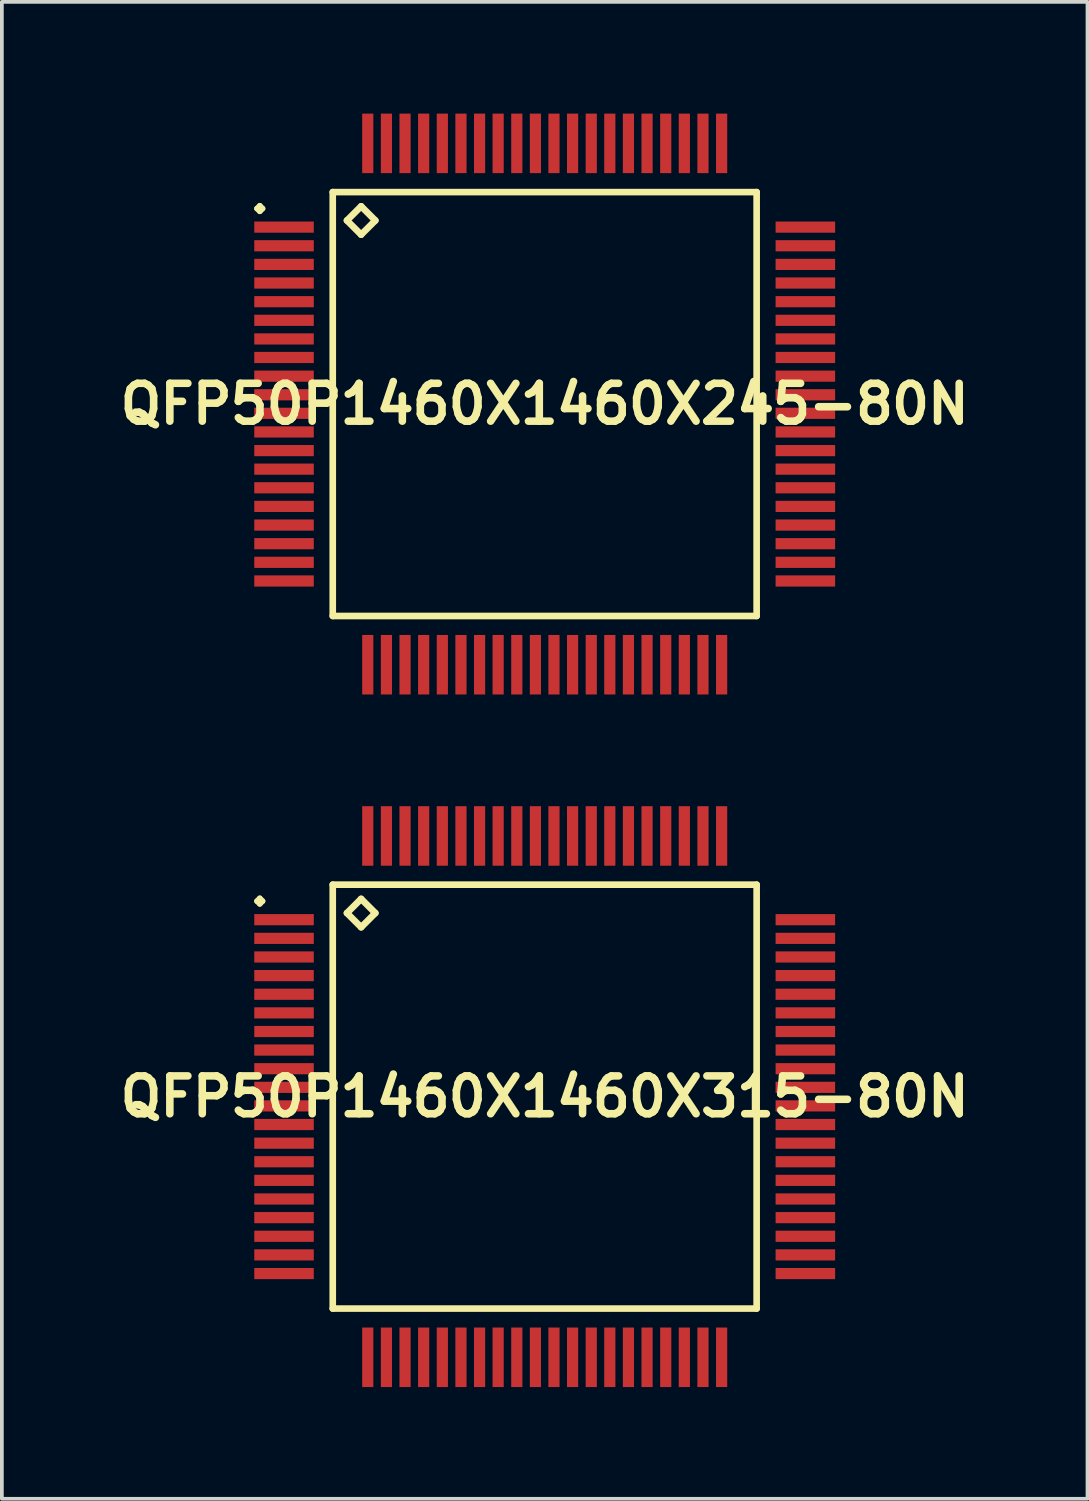
<source format=kicad_pcb>
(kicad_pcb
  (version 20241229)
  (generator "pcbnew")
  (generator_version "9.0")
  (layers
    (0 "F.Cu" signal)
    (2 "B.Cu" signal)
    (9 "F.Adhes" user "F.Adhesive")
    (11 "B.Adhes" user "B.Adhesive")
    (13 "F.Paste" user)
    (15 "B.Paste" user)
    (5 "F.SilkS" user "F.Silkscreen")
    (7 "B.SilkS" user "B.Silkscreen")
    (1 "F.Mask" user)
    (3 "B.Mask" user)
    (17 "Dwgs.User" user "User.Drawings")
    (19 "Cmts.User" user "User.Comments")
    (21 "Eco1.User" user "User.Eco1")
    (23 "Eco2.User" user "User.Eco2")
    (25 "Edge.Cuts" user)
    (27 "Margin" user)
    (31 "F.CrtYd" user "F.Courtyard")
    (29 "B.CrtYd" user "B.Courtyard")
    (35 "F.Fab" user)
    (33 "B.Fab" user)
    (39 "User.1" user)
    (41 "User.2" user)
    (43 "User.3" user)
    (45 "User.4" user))
  (footprint "QFP50P1460X1460X315-80N"
    (layer "F.Cu")
    (at 11.573 26.39)
    (property "Reference" "QFP50P1460X1460X315-80N" (at 0 0 0) (layer "F.SilkS") (effects (font (size 1.016 1.016) (thickness 0.203))))
    (attr smd)
    (fp_line (start -7.724 -5.248) (end -7.648 -5.324) (stroke (width 0.15) (type solid)) (layer "F.SilkS"))
    (fp_line (start -7.648 -5.324) (end -7.574 -5.248) (stroke (width 0.15) (type solid)) (layer "F.SilkS"))
    (fp_line (start -7.648 -5.174) (end -7.724 -5.248) (stroke (width 0.15) (type solid)) (layer "F.SilkS"))
    (fp_line (start -7.574 -5.248) (end -7.648 -5.174) (stroke (width 0.15) (type solid)) (layer "F.SilkS"))
    (fp_line (start -5.69 -5.69) (end -5.69 5.69) (stroke (width 0.178) (type solid)) (layer "F.SilkS"))
    (fp_line (start -5.69 5.69) (end 5.69 5.69) (stroke (width 0.178) (type solid)) (layer "F.SilkS"))
    (fp_line (start -5.309 -4.928) (end -4.928 -5.309) (stroke (width 0.178) (type solid)) (layer "F.SilkS"))
    (fp_line (start -4.928 -5.309) (end -4.547 -4.928) (stroke (width 0.178) (type solid)) (layer "F.SilkS"))
    (fp_line (start -4.928 -4.547) (end -5.309 -4.928) (stroke (width 0.178) (type solid)) (layer "F.SilkS"))
    (fp_line (start -4.547 -4.928) (end -4.928 -4.547) (stroke (width 0.178) (type solid)) (layer "F.SilkS"))
    (fp_line (start 5.69 -5.69) (end -5.69 -5.69) (stroke (width 0.178) (type solid)) (layer "F.SilkS"))
    (fp_line (start 5.69 5.69) (end 5.69 -5.69) (stroke (width 0.178) (type solid)) (layer "F.SilkS"))
    (pad "1" smd rect (at -6.998 -4.75) (size 1.598 0.3) (layers "F.Cu" "F.Mask" "F.Paste"))
    (pad "2" smd rect (at -6.998 -4.249) (size 1.598 0.3) (layers "F.Cu" "F.Mask" "F.Paste"))
    (pad "3" smd rect (at -6.998 -3.749) (size 1.598 0.3) (layers "F.Cu" "F.Mask" "F.Paste"))
    (pad "4" smd rect (at -6.998 -3.249) (size 1.598 0.3) (layers "F.Cu" "F.Mask" "F.Paste"))
    (pad "5" smd rect (at -6.998 -2.748) (size 1.598 0.3) (layers "F.Cu" "F.Mask" "F.Paste"))
    (pad "6" smd rect (at -6.998 -2.248) (size 1.598 0.3) (layers "F.Cu" "F.Mask" "F.Paste"))
    (pad "7" smd rect (at -6.998 -1.748) (size 1.598 0.3) (layers "F.Cu" "F.Mask" "F.Paste"))
    (pad "8" smd rect (at -6.998 -1.25) (size 1.598 0.3) (layers "F.Cu" "F.Mask" "F.Paste"))
    (pad "9" smd rect (at -6.998 -0.749) (size 1.598 0.3) (layers "F.Cu" "F.Mask" "F.Paste"))
    (pad "10" smd rect (at -6.998 -0.249) (size 1.598 0.3) (layers "F.Cu" "F.Mask" "F.Paste"))
    (pad "11" smd rect (at -6.998 0.249) (size 1.598 0.3) (layers "F.Cu" "F.Mask" "F.Paste"))
    (pad "12" smd rect (at -6.998 0.749) (size 1.598 0.3) (layers "F.Cu" "F.Mask" "F.Paste"))
    (pad "13" smd rect (at -6.998 1.25) (size 1.598 0.3) (layers "F.Cu" "F.Mask" "F.Paste"))
    (pad "14" smd rect (at -6.998 1.748) (size 1.598 0.3) (layers "F.Cu" "F.Mask" "F.Paste"))
    (pad "15" smd rect (at -6.998 2.248) (size 1.598 0.3) (layers "F.Cu" "F.Mask" "F.Paste"))
    (pad "16" smd rect (at -6.998 2.748) (size 1.598 0.3) (layers "F.Cu" "F.Mask" "F.Paste"))
    (pad "17" smd rect (at -6.998 3.249) (size 1.598 0.3) (layers "F.Cu" "F.Mask" "F.Paste"))
    (pad "18" smd rect (at -6.998 3.749) (size 1.598 0.3) (layers "F.Cu" "F.Mask" "F.Paste"))
    (pad "19" smd rect (at -6.998 4.249) (size 1.598 0.3) (layers "F.Cu" "F.Mask" "F.Paste"))
    (pad "20" smd rect (at -6.998 4.75) (size 1.598 0.3) (layers "F.Cu" "F.Mask" "F.Paste"))
    (pad "21" smd rect (at -4.75 6.998) (size 0.3 1.598) (layers "F.Cu" "F.Mask" "F.Paste"))
    (pad "22" smd rect (at -4.249 6.998) (size 0.3 1.598) (layers "F.Cu" "F.Mask" "F.Paste"))
    (pad "23" smd rect (at -3.749 6.998) (size 0.3 1.598) (layers "F.Cu" "F.Mask" "F.Paste"))
    (pad "24" smd rect (at -3.249 6.998) (size 0.3 1.598) (layers "F.Cu" "F.Mask" "F.Paste"))
    (pad "25" smd rect (at -2.748 6.998) (size 0.3 1.598) (layers "F.Cu" "F.Mask" "F.Paste"))
    (pad "26" smd rect (at -2.248 6.998) (size 0.3 1.598) (layers "F.Cu" "F.Mask" "F.Paste"))
    (pad "27" smd rect (at -1.748 6.998) (size 0.3 1.598) (layers "F.Cu" "F.Mask" "F.Paste"))
    (pad "28" smd rect (at -1.25 6.998) (size 0.3 1.598) (layers "F.Cu" "F.Mask" "F.Paste"))
    (pad "29" smd rect (at -0.749 6.998) (size 0.3 1.598) (layers "F.Cu" "F.Mask" "F.Paste"))
    (pad "30" smd rect (at -0.249 6.998) (size 0.3 1.598) (layers "F.Cu" "F.Mask" "F.Paste"))
    (pad "31" smd rect (at 0.249 6.998) (size 0.3 1.598) (layers "F.Cu" "F.Mask" "F.Paste"))
    (pad "32" smd rect (at 0.749 6.998) (size 0.3 1.598) (layers "F.Cu" "F.Mask" "F.Paste"))
    (pad "33" smd rect (at 1.25 6.998) (size 0.3 1.598) (layers "F.Cu" "F.Mask" "F.Paste"))
    (pad "34" smd rect (at 1.748 6.998) (size 0.3 1.598) (layers "F.Cu" "F.Mask" "F.Paste"))
    (pad "35" smd rect (at 2.248 6.998) (size 0.3 1.598) (layers "F.Cu" "F.Mask" "F.Paste"))
    (pad "36" smd rect (at 2.748 6.998) (size 0.3 1.598) (layers "F.Cu" "F.Mask" "F.Paste"))
    (pad "37" smd rect (at 3.249 6.998) (size 0.3 1.598) (layers "F.Cu" "F.Mask" "F.Paste"))
    (pad "38" smd rect (at 3.749 6.998) (size 0.3 1.598) (layers "F.Cu" "F.Mask" "F.Paste"))
    (pad "39" smd rect (at 4.249 6.998) (size 0.3 1.598) (layers "F.Cu" "F.Mask" "F.Paste"))
    (pad "40" smd rect (at 4.75 6.998) (size 0.3 1.598) (layers "F.Cu" "F.Mask" "F.Paste"))
    (pad "41" smd rect (at 6.998 4.75) (size 1.598 0.3) (layers "F.Cu" "F.Mask" "F.Paste"))
    (pad "42" smd rect (at 6.998 4.249) (size 1.598 0.3) (layers "F.Cu" "F.Mask" "F.Paste"))
    (pad "43" smd rect (at 6.998 3.749) (size 1.598 0.3) (layers "F.Cu" "F.Mask" "F.Paste"))
    (pad "44" smd rect (at 6.998 3.249) (size 1.598 0.3) (layers "F.Cu" "F.Mask" "F.Paste"))
    (pad "45" smd rect (at 6.998 2.748) (size 1.598 0.3) (layers "F.Cu" "F.Mask" "F.Paste"))
    (pad "46" smd rect (at 6.998 2.248) (size 1.598 0.3) (layers "F.Cu" "F.Mask" "F.Paste"))
    (pad "47" smd rect (at 6.998 1.748) (size 1.598 0.3) (layers "F.Cu" "F.Mask" "F.Paste"))
    (pad "48" smd rect (at 6.998 1.25) (size 1.598 0.3) (layers "F.Cu" "F.Mask" "F.Paste"))
    (pad "49" smd rect (at 6.998 0.749) (size 1.598 0.3) (layers "F.Cu" "F.Mask" "F.Paste"))
    (pad "50" smd rect (at 6.998 0.249) (size 1.598 0.3) (layers "F.Cu" "F.Mask" "F.Paste"))
    (pad "51" smd rect (at 6.998 -0.249) (size 1.598 0.3) (layers "F.Cu" "F.Mask" "F.Paste"))
    (pad "52" smd rect (at 6.998 -0.749) (size 1.598 0.3) (layers "F.Cu" "F.Mask" "F.Paste"))
    (pad "53" smd rect (at 6.998 -1.25) (size 1.598 0.3) (layers "F.Cu" "F.Mask" "F.Paste"))
    (pad "54" smd rect (at 6.998 -1.748) (size 1.598 0.3) (layers "F.Cu" "F.Mask" "F.Paste"))
    (pad "55" smd rect (at 6.998 -2.248) (size 1.598 0.3) (layers "F.Cu" "F.Mask" "F.Paste"))
    (pad "56" smd rect (at 6.998 -2.748) (size 1.598 0.3) (layers "F.Cu" "F.Mask" "F.Paste"))
    (pad "57" smd rect (at 6.998 -3.249) (size 1.598 0.3) (layers "F.Cu" "F.Mask" "F.Paste"))
    (pad "58" smd rect (at 6.998 -3.749) (size 1.598 0.3) (layers "F.Cu" "F.Mask" "F.Paste"))
    (pad "59" smd rect (at 6.998 -4.249) (size 1.598 0.3) (layers "F.Cu" "F.Mask" "F.Paste"))
    (pad "60" smd rect (at 6.998 -4.75) (size 1.598 0.3) (layers "F.Cu" "F.Mask" "F.Paste"))
    (pad "61" smd rect (at 4.75 -6.998) (size 0.3 1.598) (layers "F.Cu" "F.Mask" "F.Paste"))
    (pad "62" smd rect (at 4.249 -6.998) (size 0.3 1.598) (layers "F.Cu" "F.Mask" "F.Paste"))
    (pad "63" smd rect (at 3.749 -6.998) (size 0.3 1.598) (layers "F.Cu" "F.Mask" "F.Paste"))
    (pad "64" smd rect (at 3.249 -6.998) (size 0.3 1.598) (layers "F.Cu" "F.Mask" "F.Paste"))
    (pad "65" smd rect (at 2.748 -6.998) (size 0.3 1.598) (layers "F.Cu" "F.Mask" "F.Paste"))
    (pad "66" smd rect (at 2.248 -6.998) (size 0.3 1.598) (layers "F.Cu" "F.Mask" "F.Paste"))
    (pad "67" smd rect (at 1.748 -6.998) (size 0.3 1.598) (layers "F.Cu" "F.Mask" "F.Paste"))
    (pad "68" smd rect (at 1.25 -6.998) (size 0.3 1.598) (layers "F.Cu" "F.Mask" "F.Paste"))
    (pad "69" smd rect (at 0.749 -6.998) (size 0.3 1.598) (layers "F.Cu" "F.Mask" "F.Paste"))
    (pad "70" smd rect (at 0.249 -6.998) (size 0.3 1.598) (layers "F.Cu" "F.Mask" "F.Paste"))
    (pad "71" smd rect (at -0.249 -6.998) (size 0.3 1.598) (layers "F.Cu" "F.Mask" "F.Paste"))
    (pad "72" smd rect (at -0.749 -6.998) (size 0.3 1.598) (layers "F.Cu" "F.Mask" "F.Paste"))
    (pad "73" smd rect (at -1.25 -6.998) (size 0.3 1.598) (layers "F.Cu" "F.Mask" "F.Paste"))
    (pad "74" smd rect (at -1.748 -6.998) (size 0.3 1.598) (layers "F.Cu" "F.Mask" "F.Paste"))
    (pad "75" smd rect (at -2.248 -6.998) (size 0.3 1.598) (layers "F.Cu" "F.Mask" "F.Paste"))
    (pad "76" smd rect (at -2.748 -6.998) (size 0.3 1.598) (layers "F.Cu" "F.Mask" "F.Paste"))
    (pad "77" smd rect (at -3.249 -6.998) (size 0.3 1.598) (layers "F.Cu" "F.Mask" "F.Paste"))
    (pad "78" smd rect (at -3.749 -6.998) (size 0.3 1.598) (layers "F.Cu" "F.Mask" "F.Paste"))
    (pad "79" smd rect (at -4.249 -6.998) (size 0.3 1.598) (layers "F.Cu" "F.Mask" "F.Paste"))
    (pad "80" smd rect (at -4.75 -6.998) (size 0.3 1.598) (layers "F.Cu" "F.Mask" "F.Paste")))
  (footprint "QFP50P1460X1460X245-80N"
    (layer "F.Cu")
    (at 11.573 7.797)
    (property "Reference" "QFP50P1460X1460X245-80N" (at 0 0 0) (layer "F.SilkS") (effects (font (size 1.016 1.016) (thickness 0.203))))
    (attr smd)
    (fp_line (start -7.724 -5.248) (end -7.648 -5.324) (stroke (width 0.15) (type solid)) (layer "F.SilkS"))
    (fp_line (start -7.648 -5.324) (end -7.574 -5.248) (stroke (width 0.15) (type solid)) (layer "F.SilkS"))
    (fp_line (start -7.648 -5.174) (end -7.724 -5.248) (stroke (width 0.15) (type solid)) (layer "F.SilkS"))
    (fp_line (start -7.574 -5.248) (end -7.648 -5.174) (stroke (width 0.15) (type solid)) (layer "F.SilkS"))
    (fp_line (start -5.69 -5.69) (end -5.69 5.69) (stroke (width 0.178) (type solid)) (layer "F.SilkS"))
    (fp_line (start -5.69 5.69) (end 5.69 5.69) (stroke (width 0.178) (type solid)) (layer "F.SilkS"))
    (fp_line (start -5.309 -4.928) (end -4.928 -5.309) (stroke (width 0.178) (type solid)) (layer "F.SilkS"))
    (fp_line (start -4.928 -5.309) (end -4.547 -4.928) (stroke (width 0.178) (type solid)) (layer "F.SilkS"))
    (fp_line (start -4.928 -4.547) (end -5.309 -4.928) (stroke (width 0.178) (type solid)) (layer "F.SilkS"))
    (fp_line (start -4.547 -4.928) (end -4.928 -4.547) (stroke (width 0.178) (type solid)) (layer "F.SilkS"))
    (fp_line (start 5.69 -5.69) (end -5.69 -5.69) (stroke (width 0.178) (type solid)) (layer "F.SilkS"))
    (fp_line (start 5.69 5.69) (end 5.69 -5.69) (stroke (width 0.178) (type solid)) (layer "F.SilkS"))
    (pad "1" smd rect (at -6.998 -4.75) (size 1.598 0.3) (layers "F.Cu" "F.Mask" "F.Paste"))
    (pad "2" smd rect (at -6.998 -4.249) (size 1.598 0.3) (layers "F.Cu" "F.Mask" "F.Paste"))
    (pad "3" smd rect (at -6.998 -3.749) (size 1.598 0.3) (layers "F.Cu" "F.Mask" "F.Paste"))
    (pad "4" smd rect (at -6.998 -3.249) (size 1.598 0.3) (layers "F.Cu" "F.Mask" "F.Paste"))
    (pad "5" smd rect (at -6.998 -2.748) (size 1.598 0.3) (layers "F.Cu" "F.Mask" "F.Paste"))
    (pad "6" smd rect (at -6.998 -2.248) (size 1.598 0.3) (layers "F.Cu" "F.Mask" "F.Paste"))
    (pad "7" smd rect (at -6.998 -1.748) (size 1.598 0.3) (layers "F.Cu" "F.Mask" "F.Paste"))
    (pad "8" smd rect (at -6.998 -1.25) (size 1.598 0.3) (layers "F.Cu" "F.Mask" "F.Paste"))
    (pad "9" smd rect (at -6.998 -0.749) (size 1.598 0.3) (layers "F.Cu" "F.Mask" "F.Paste"))
    (pad "10" smd rect (at -6.998 -0.249) (size 1.598 0.3) (layers "F.Cu" "F.Mask" "F.Paste"))
    (pad "11" smd rect (at -6.998 0.249) (size 1.598 0.3) (layers "F.Cu" "F.Mask" "F.Paste"))
    (pad "12" smd rect (at -6.998 0.749) (size 1.598 0.3) (layers "F.Cu" "F.Mask" "F.Paste"))
    (pad "13" smd rect (at -6.998 1.25) (size 1.598 0.3) (layers "F.Cu" "F.Mask" "F.Paste"))
    (pad "14" smd rect (at -6.998 1.748) (size 1.598 0.3) (layers "F.Cu" "F.Mask" "F.Paste"))
    (pad "15" smd rect (at -6.998 2.248) (size 1.598 0.3) (layers "F.Cu" "F.Mask" "F.Paste"))
    (pad "16" smd rect (at -6.998 2.748) (size 1.598 0.3) (layers "F.Cu" "F.Mask" "F.Paste"))
    (pad "17" smd rect (at -6.998 3.249) (size 1.598 0.3) (layers "F.Cu" "F.Mask" "F.Paste"))
    (pad "18" smd rect (at -6.998 3.749) (size 1.598 0.3) (layers "F.Cu" "F.Mask" "F.Paste"))
    (pad "19" smd rect (at -6.998 4.249) (size 1.598 0.3) (layers "F.Cu" "F.Mask" "F.Paste"))
    (pad "20" smd rect (at -6.998 4.75) (size 1.598 0.3) (layers "F.Cu" "F.Mask" "F.Paste"))
    (pad "21" smd rect (at -4.75 6.998) (size 0.3 1.598) (layers "F.Cu" "F.Mask" "F.Paste"))
    (pad "22" smd rect (at -4.249 6.998) (size 0.3 1.598) (layers "F.Cu" "F.Mask" "F.Paste"))
    (pad "23" smd rect (at -3.749 6.998) (size 0.3 1.598) (layers "F.Cu" "F.Mask" "F.Paste"))
    (pad "24" smd rect (at -3.249 6.998) (size 0.3 1.598) (layers "F.Cu" "F.Mask" "F.Paste"))
    (pad "25" smd rect (at -2.748 6.998) (size 0.3 1.598) (layers "F.Cu" "F.Mask" "F.Paste"))
    (pad "26" smd rect (at -2.248 6.998) (size 0.3 1.598) (layers "F.Cu" "F.Mask" "F.Paste"))
    (pad "27" smd rect (at -1.748 6.998) (size 0.3 1.598) (layers "F.Cu" "F.Mask" "F.Paste"))
    (pad "28" smd rect (at -1.25 6.998) (size 0.3 1.598) (layers "F.Cu" "F.Mask" "F.Paste"))
    (pad "29" smd rect (at -0.749 6.998) (size 0.3 1.598) (layers "F.Cu" "F.Mask" "F.Paste"))
    (pad "30" smd rect (at -0.249 6.998) (size 0.3 1.598) (layers "F.Cu" "F.Mask" "F.Paste"))
    (pad "31" smd rect (at 0.249 6.998) (size 0.3 1.598) (layers "F.Cu" "F.Mask" "F.Paste"))
    (pad "32" smd rect (at 0.749 6.998) (size 0.3 1.598) (layers "F.Cu" "F.Mask" "F.Paste"))
    (pad "33" smd rect (at 1.25 6.998) (size 0.3 1.598) (layers "F.Cu" "F.Mask" "F.Paste"))
    (pad "34" smd rect (at 1.748 6.998) (size 0.3 1.598) (layers "F.Cu" "F.Mask" "F.Paste"))
    (pad "35" smd rect (at 2.248 6.998) (size 0.3 1.598) (layers "F.Cu" "F.Mask" "F.Paste"))
    (pad "36" smd rect (at 2.748 6.998) (size 0.3 1.598) (layers "F.Cu" "F.Mask" "F.Paste"))
    (pad "37" smd rect (at 3.249 6.998) (size 0.3 1.598) (layers "F.Cu" "F.Mask" "F.Paste"))
    (pad "38" smd rect (at 3.749 6.998) (size 0.3 1.598) (layers "F.Cu" "F.Mask" "F.Paste"))
    (pad "39" smd rect (at 4.249 6.998) (size 0.3 1.598) (layers "F.Cu" "F.Mask" "F.Paste"))
    (pad "40" smd rect (at 4.75 6.998) (size 0.3 1.598) (layers "F.Cu" "F.Mask" "F.Paste"))
    (pad "41" smd rect (at 6.998 4.75) (size 1.598 0.3) (layers "F.Cu" "F.Mask" "F.Paste"))
    (pad "42" smd rect (at 6.998 4.249) (size 1.598 0.3) (layers "F.Cu" "F.Mask" "F.Paste"))
    (pad "43" smd rect (at 6.998 3.749) (size 1.598 0.3) (layers "F.Cu" "F.Mask" "F.Paste"))
    (pad "44" smd rect (at 6.998 3.249) (size 1.598 0.3) (layers "F.Cu" "F.Mask" "F.Paste"))
    (pad "45" smd rect (at 6.998 2.748) (size 1.598 0.3) (layers "F.Cu" "F.Mask" "F.Paste"))
    (pad "46" smd rect (at 6.998 2.248) (size 1.598 0.3) (layers "F.Cu" "F.Mask" "F.Paste"))
    (pad "47" smd rect (at 6.998 1.748) (size 1.598 0.3) (layers "F.Cu" "F.Mask" "F.Paste"))
    (pad "48" smd rect (at 6.998 1.25) (size 1.598 0.3) (layers "F.Cu" "F.Mask" "F.Paste"))
    (pad "49" smd rect (at 6.998 0.749) (size 1.598 0.3) (layers "F.Cu" "F.Mask" "F.Paste"))
    (pad "50" smd rect (at 6.998 0.249) (size 1.598 0.3) (layers "F.Cu" "F.Mask" "F.Paste"))
    (pad "51" smd rect (at 6.998 -0.249) (size 1.598 0.3) (layers "F.Cu" "F.Mask" "F.Paste"))
    (pad "52" smd rect (at 6.998 -0.749) (size 1.598 0.3) (layers "F.Cu" "F.Mask" "F.Paste"))
    (pad "53" smd rect (at 6.998 -1.25) (size 1.598 0.3) (layers "F.Cu" "F.Mask" "F.Paste"))
    (pad "54" smd rect (at 6.998 -1.748) (size 1.598 0.3) (layers "F.Cu" "F.Mask" "F.Paste"))
    (pad "55" smd rect (at 6.998 -2.248) (size 1.598 0.3) (layers "F.Cu" "F.Mask" "F.Paste"))
    (pad "56" smd rect (at 6.998 -2.748) (size 1.598 0.3) (layers "F.Cu" "F.Mask" "F.Paste"))
    (pad "57" smd rect (at 6.998 -3.249) (size 1.598 0.3) (layers "F.Cu" "F.Mask" "F.Paste"))
    (pad "58" smd rect (at 6.998 -3.749) (size 1.598 0.3) (layers "F.Cu" "F.Mask" "F.Paste"))
    (pad "59" smd rect (at 6.998 -4.249) (size 1.598 0.3) (layers "F.Cu" "F.Mask" "F.Paste"))
    (pad "60" smd rect (at 6.998 -4.75) (size 1.598 0.3) (layers "F.Cu" "F.Mask" "F.Paste"))
    (pad "61" smd rect (at 4.75 -6.998) (size 0.3 1.598) (layers "F.Cu" "F.Mask" "F.Paste"))
    (pad "62" smd rect (at 4.249 -6.998) (size 0.3 1.598) (layers "F.Cu" "F.Mask" "F.Paste"))
    (pad "63" smd rect (at 3.749 -6.998) (size 0.3 1.598) (layers "F.Cu" "F.Mask" "F.Paste"))
    (pad "64" smd rect (at 3.249 -6.998) (size 0.3 1.598) (layers "F.Cu" "F.Mask" "F.Paste"))
    (pad "65" smd rect (at 2.748 -6.998) (size 0.3 1.598) (layers "F.Cu" "F.Mask" "F.Paste"))
    (pad "66" smd rect (at 2.248 -6.998) (size 0.3 1.598) (layers "F.Cu" "F.Mask" "F.Paste"))
    (pad "67" smd rect (at 1.748 -6.998) (size 0.3 1.598) (layers "F.Cu" "F.Mask" "F.Paste"))
    (pad "68" smd rect (at 1.25 -6.998) (size 0.3 1.598) (layers "F.Cu" "F.Mask" "F.Paste"))
    (pad "69" smd rect (at 0.749 -6.998) (size 0.3 1.598) (layers "F.Cu" "F.Mask" "F.Paste"))
    (pad "70" smd rect (at 0.249 -6.998) (size 0.3 1.598) (layers "F.Cu" "F.Mask" "F.Paste"))
    (pad "71" smd rect (at -0.249 -6.998) (size 0.3 1.598) (layers "F.Cu" "F.Mask" "F.Paste"))
    (pad "72" smd rect (at -0.749 -6.998) (size 0.3 1.598) (layers "F.Cu" "F.Mask" "F.Paste"))
    (pad "73" smd rect (at -1.25 -6.998) (size 0.3 1.598) (layers "F.Cu" "F.Mask" "F.Paste"))
    (pad "74" smd rect (at -1.748 -6.998) (size 0.3 1.598) (layers "F.Cu" "F.Mask" "F.Paste"))
    (pad "75" smd rect (at -2.248 -6.998) (size 0.3 1.598) (layers "F.Cu" "F.Mask" "F.Paste"))
    (pad "76" smd rect (at -2.748 -6.998) (size 0.3 1.598) (layers "F.Cu" "F.Mask" "F.Paste"))
    (pad "77" smd rect (at -3.249 -6.998) (size 0.3 1.598) (layers "F.Cu" "F.Mask" "F.Paste"))
    (pad "78" smd rect (at -3.749 -6.998) (size 0.3 1.598) (layers "F.Cu" "F.Mask" "F.Paste"))
    (pad "79" smd rect (at -4.249 -6.998) (size 0.3 1.598) (layers "F.Cu" "F.Mask" "F.Paste"))
    (pad "80" smd rect (at -4.75 -6.998) (size 0.3 1.598) (layers "F.Cu" "F.Mask" "F.Paste")))
  (gr_rect
    (start -3 -3)
    (end 26.145 37.186)
    (stroke (width 0.1) (type default))
    (fill no)
    (layer "Edge.Cuts")))
</source>
